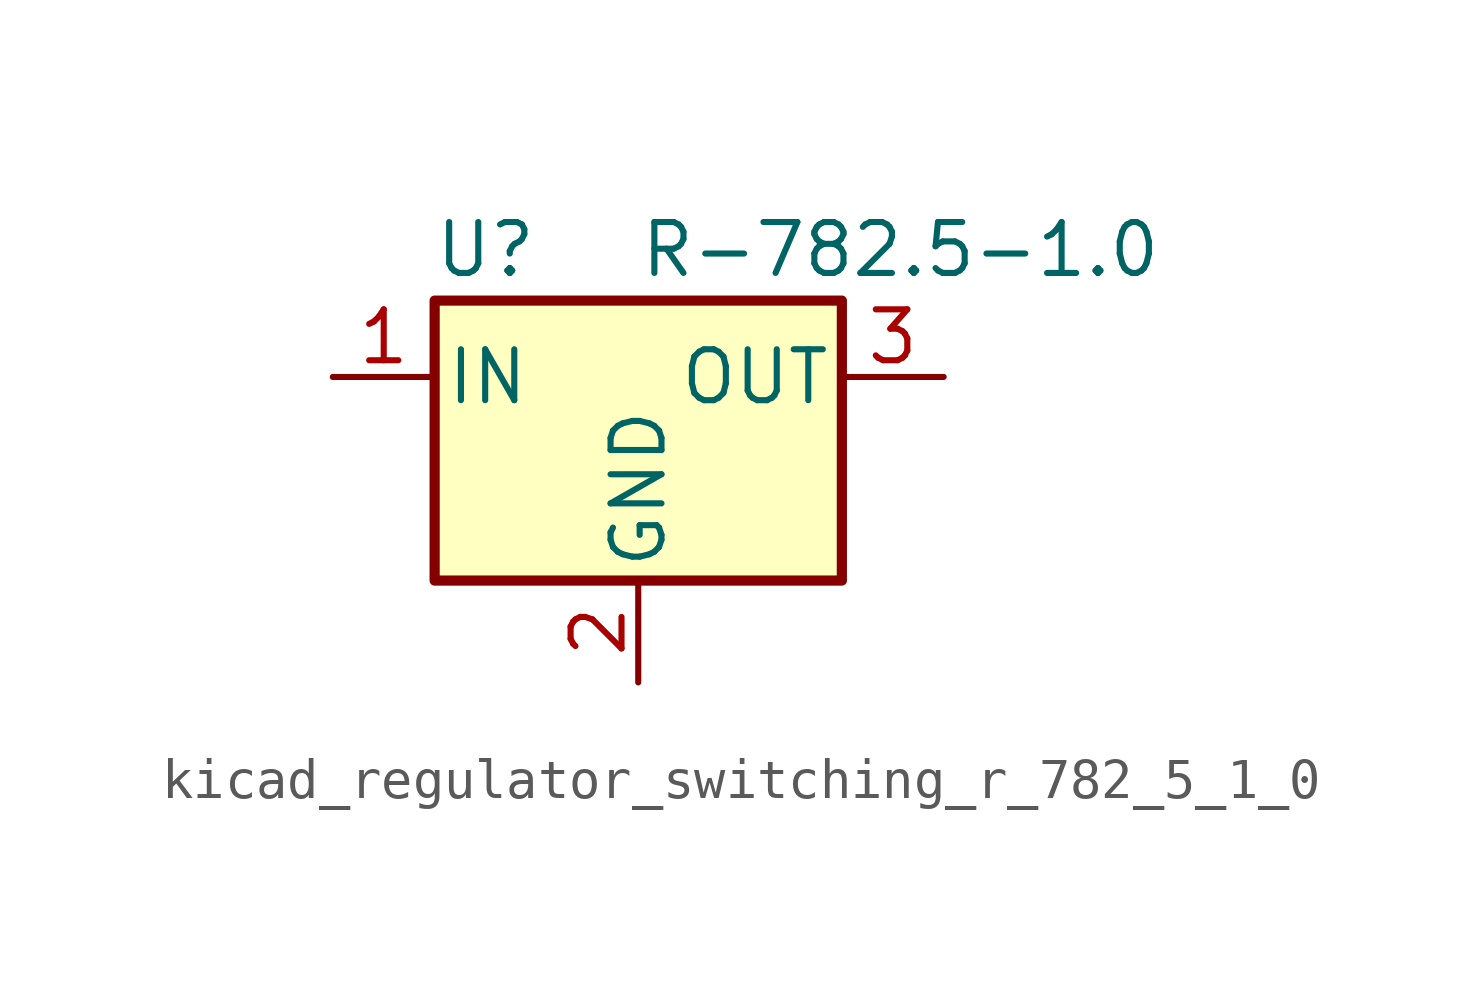
<source format=kicad_sym>
(kicad_symbol_lib
  (version 20220914)
  (generator kicad_symbol_editor)
  (symbol "kicad_regulator_switching_r_782_5_1_0"
    (pin_names
      (offset 0.254))
    (property "Reference" "U"
      (at -3.81 3.175 0)
      (effects (font (size 1.27 1.27))))
    (property "Value" "R-782.5-1.0"
      (at 0 3.175 0)
      (effects (font (size 1.27 1.27)) (justify left)))
    (symbol "kicad_regulator_switching_r_782_5_1_0_0_1"
      (rectangle (start -5.08 1.905) (end 5.08 -5.08) (stroke (width 0.254) (type default)) (fill (type background))))
    (symbol "kicad_regulator_switching_r_782_5_1_0_1_1"
      (pin power_in line (at -7.62 0 0) (length 2.54) (name "IN" (effects (font (size 1.27 1.27)))) (number "1" (effects (font (size 1.27 1.27)))))
      (pin power_in line (at 0 -7.62 90) (length 2.54) (name "GND" (effects (font (size 1.27 1.27)))) (number "2" (effects (font (size 1.27 1.27)))))
      (pin power_out line (at 7.62 0 180) (length 2.54) (name "OUT" (effects (font (size 1.27 1.27)))) (number "3" (effects (font (size 1.27 1.27))))))))
</source>
